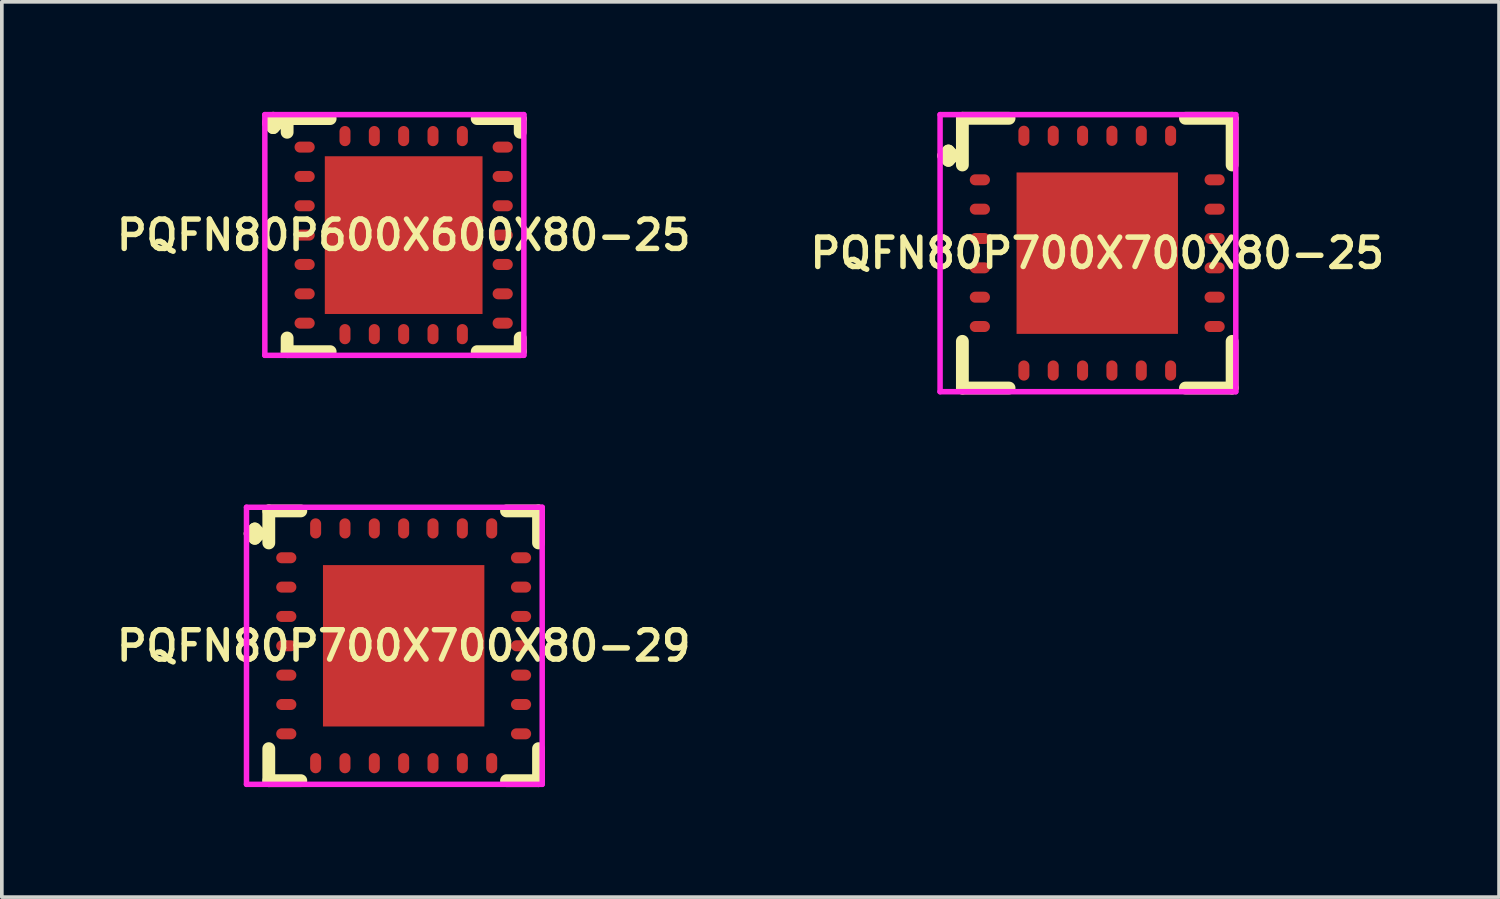
<source format=kicad_pcb>
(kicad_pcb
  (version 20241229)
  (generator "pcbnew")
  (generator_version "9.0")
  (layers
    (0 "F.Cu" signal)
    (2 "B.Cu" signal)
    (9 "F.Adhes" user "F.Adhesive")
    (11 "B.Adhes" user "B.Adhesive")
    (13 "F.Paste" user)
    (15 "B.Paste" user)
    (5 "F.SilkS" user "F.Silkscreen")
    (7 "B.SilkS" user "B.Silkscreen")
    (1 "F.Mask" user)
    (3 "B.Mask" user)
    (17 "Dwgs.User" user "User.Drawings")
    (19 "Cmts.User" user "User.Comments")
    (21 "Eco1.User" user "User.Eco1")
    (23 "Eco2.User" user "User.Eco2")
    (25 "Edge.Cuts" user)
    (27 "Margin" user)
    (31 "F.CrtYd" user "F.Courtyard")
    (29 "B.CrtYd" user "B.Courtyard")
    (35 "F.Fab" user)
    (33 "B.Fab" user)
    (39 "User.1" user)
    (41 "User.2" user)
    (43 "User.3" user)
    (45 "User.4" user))
  (footprint "PQFN80P700X700X80-29"
    (layer "F.Cu")
    (at 7.955 14.556)
    (property "Reference" "PQFN80P700X700X80-29" (at 0 0 0) (layer "F.SilkS") (effects (font (size 0.8 0.8) (thickness 0.15))))
    (attr through_hole)
    (fp_line (start -4.185 -3.058) (end -4.058 -3.185) (stroke (width 0.35) (type solid)) (layer "F.SilkS"))
    (fp_line (start -4.058 -3.185) (end -3.931 -3.058) (stroke (width 0.35) (type solid)) (layer "F.SilkS"))
    (fp_line (start -4.058 -2.931) (end -4.185 -3.058) (stroke (width 0.35) (type solid)) (layer "F.SilkS"))
    (fp_line (start -3.931 -3.058) (end -4.058 -2.931) (stroke (width 0.35) (type solid)) (layer "F.SilkS"))
    (fp_line (start -3.677 -3.677) (end -2.804 -3.677) (stroke (width 0.35) (type solid)) (layer "F.SilkS"))
    (fp_line (start -3.677 -2.804) (end -3.677 -3.677) (stroke (width 0.35) (type solid)) (layer "F.SilkS"))
    (fp_line (start -3.677 2.804) (end -3.677 3.677) (stroke (width 0.35) (type solid)) (layer "F.SilkS"))
    (fp_line (start -3.677 3.677) (end -2.804 3.677) (stroke (width 0.35) (type solid)) (layer "F.SilkS"))
    (fp_line (start 2.804 -3.677) (end 3.677 -3.677) (stroke (width 0.35) (type solid)) (layer "F.SilkS"))
    (fp_line (start 2.804 3.677) (end 3.677 3.677) (stroke (width 0.35) (type solid)) (layer "F.SilkS"))
    (fp_line (start 3.677 -3.677) (end 3.677 -2.804) (stroke (width 0.35) (type solid)) (layer "F.SilkS"))
    (fp_line (start 3.677 3.677) (end 3.677 2.804) (stroke (width 0.35) (type solid)) (layer "F.SilkS"))
    (fp_line (start -4.285 -3.777) (end 3.777 -3.777) (stroke (width 0.15) (type solid)) (layer "F.CrtYd"))
    (fp_line (start -4.285 3.777) (end -4.285 -3.777) (stroke (width 0.15) (type solid)) (layer "F.CrtYd"))
    (fp_line (start 3.777 -3.777) (end 3.777 3.777) (stroke (width 0.15) (type solid)) (layer "F.CrtYd"))
    (fp_line (start 3.777 3.777) (end -4.285 3.777) (stroke (width 0.15) (type solid)) (layer "F.CrtYd"))
    (pad "1" smd oval (at -3.2 -2.4) (size 0.55 0.3) (layers "F.Cu" "F.Mask" "F.Paste"))
    (pad "2" smd oval (at -3.2 -1.6) (size 0.55 0.3) (layers "F.Cu" "F.Mask" "F.Paste"))
    (pad "3" smd oval (at -3.2 -0.8) (size 0.55 0.3) (layers "F.Cu" "F.Mask" "F.Paste"))
    (pad "4" smd oval (at -3.2 0) (size 0.55 0.3) (layers "F.Cu" "F.Mask" "F.Paste"))
    (pad "5" smd oval (at -3.2 0.8) (size 0.55 0.3) (layers "F.Cu" "F.Mask" "F.Paste"))
    (pad "6" smd oval (at -3.2 1.6) (size 0.55 0.3) (layers "F.Cu" "F.Mask" "F.Paste"))
    (pad "7" smd oval (at -3.2 2.4) (size 0.55 0.3) (layers "F.Cu" "F.Mask" "F.Paste"))
    (pad "8" smd oval (at -2.4 3.2) (size 0.3 0.55) (layers "F.Cu" "F.Mask" "F.Paste"))
    (pad "9" smd oval (at -1.6 3.2) (size 0.3 0.55) (layers "F.Cu" "F.Mask" "F.Paste"))
    (pad "10" smd oval (at -0.8 3.2) (size 0.3 0.55) (layers "F.Cu" "F.Mask" "F.Paste"))
    (pad "11" smd oval (at 0 3.2) (size 0.3 0.55) (layers "F.Cu" "F.Mask" "F.Paste"))
    (pad "12" smd oval (at 0.8 3.2) (size 0.3 0.55) (layers "F.Cu" "F.Mask" "F.Paste"))
    (pad "13" smd oval (at 1.6 3.2) (size 0.3 0.55) (layers "F.Cu" "F.Mask" "F.Paste"))
    (pad "14" smd oval (at 2.4 3.2) (size 0.3 0.55) (layers "F.Cu" "F.Mask" "F.Paste"))
    (pad "15" smd oval (at 3.2 2.4) (size 0.55 0.3) (layers "F.Cu" "F.Mask" "F.Paste"))
    (pad "16" smd oval (at 3.2 1.6) (size 0.55 0.3) (layers "F.Cu" "F.Mask" "F.Paste"))
    (pad "17" smd oval (at 3.2 0.8) (size 0.55 0.3) (layers "F.Cu" "F.Mask" "F.Paste"))
    (pad "18" smd oval (at 3.2 0) (size 0.55 0.3) (layers "F.Cu" "F.Mask" "F.Paste"))
    (pad "19" smd oval (at 3.2 -0.8) (size 0.55 0.3) (layers "F.Cu" "F.Mask" "F.Paste"))
    (pad "20" smd oval (at 3.2 -1.6) (size 0.55 0.3) (layers "F.Cu" "F.Mask" "F.Paste"))
    (pad "21" smd oval (at 3.2 -2.4) (size 0.55 0.3) (layers "F.Cu" "F.Mask" "F.Paste"))
    (pad "22" smd oval (at 2.4 -3.2) (size 0.3 0.55) (layers "F.Cu" "F.Mask" "F.Paste"))
    (pad "23" smd oval (at 1.6 -3.2) (size 0.3 0.55) (layers "F.Cu" "F.Mask" "F.Paste"))
    (pad "24" smd oval (at 0.8 -3.2) (size 0.3 0.55) (layers "F.Cu" "F.Mask" "F.Paste"))
    (pad "25" smd oval (at 0 -3.2) (size 0.3 0.55) (layers "F.Cu" "F.Mask" "F.Paste"))
    (pad "26" smd oval (at -0.8 -3.2) (size 0.3 0.55) (layers "F.Cu" "F.Mask" "F.Paste"))
    (pad "27" smd oval (at -1.6 -3.2) (size 0.3 0.55) (layers "F.Cu" "F.Mask" "F.Paste"))
    (pad "28" smd oval (at -2.4 -3.2) (size 0.3 0.55) (layers "F.Cu" "F.Mask" "F.Paste"))
    (pad "29" smd rect (at 0 0) (size 4.4 4.4) (layers "F.Cu" "F.Mask" "F.Paste")))
  (footprint "PQFN80P600X600X80-25"
    (layer "F.Cu")
    (at 7.955 3.36)
    (property "Reference" "PQFN80P600X600X80-25" (at 0 0 0) (layer "F.SilkS") (effects (font (size 0.8 0.8) (thickness 0.15))))
    (attr through_hole)
    (fp_line (start -3.685 -3.058) (end -3.558 -3.185) (stroke (width 0.35) (type solid)) (layer "F.SilkS"))
    (fp_line (start -3.558 -3.185) (end -3.431 -3.058) (stroke (width 0.35) (type solid)) (layer "F.SilkS"))
    (fp_line (start -3.558 -2.931) (end -3.685 -3.058) (stroke (width 0.35) (type solid)) (layer "F.SilkS"))
    (fp_line (start -3.431 -3.058) (end -3.558 -2.931) (stroke (width 0.35) (type solid)) (layer "F.SilkS"))
    (fp_line (start -3.177 -3.177) (end -2.004 -3.177) (stroke (width 0.35) (type solid)) (layer "F.SilkS"))
    (fp_line (start -3.177 -2.804) (end -3.177 -3.177) (stroke (width 0.35) (type solid)) (layer "F.SilkS"))
    (fp_line (start -3.177 2.804) (end -3.177 3.177) (stroke (width 0.35) (type solid)) (layer "F.SilkS"))
    (fp_line (start -3.177 3.177) (end -2.004 3.177) (stroke (width 0.35) (type solid)) (layer "F.SilkS"))
    (fp_line (start 2.004 -3.177) (end 3.177 -3.177) (stroke (width 0.35) (type solid)) (layer "F.SilkS"))
    (fp_line (start 2.004 3.177) (end 3.177 3.177) (stroke (width 0.35) (type solid)) (layer "F.SilkS"))
    (fp_line (start 3.177 -3.177) (end 3.177 -2.804) (stroke (width 0.35) (type solid)) (layer "F.SilkS"))
    (fp_line (start 3.177 3.177) (end 3.177 2.804) (stroke (width 0.35) (type solid)) (layer "F.SilkS"))
    (fp_line (start -3.785 -3.285) (end 3.277 -3.285) (stroke (width 0.15) (type solid)) (layer "F.CrtYd"))
    (fp_line (start -3.785 3.277) (end -3.785 -3.285) (stroke (width 0.15) (type solid)) (layer "F.CrtYd"))
    (fp_line (start 3.277 -3.285) (end 3.277 3.277) (stroke (width 0.15) (type solid)) (layer "F.CrtYd"))
    (fp_line (start 3.277 3.277) (end -3.785 3.277) (stroke (width 0.15) (type solid)) (layer "F.CrtYd"))
    (pad "1" smd oval (at -2.7 -2.4) (size 0.55 0.3) (layers "F.Cu" "F.Mask" "F.Paste"))
    (pad "2" smd oval (at -2.7 -1.6) (size 0.55 0.3) (layers "F.Cu" "F.Mask" "F.Paste"))
    (pad "3" smd oval (at -2.7 -0.8) (size 0.55 0.3) (layers "F.Cu" "F.Mask" "F.Paste"))
    (pad "4" smd oval (at -2.7 0) (size 0.55 0.3) (layers "F.Cu" "F.Mask" "F.Paste"))
    (pad "5" smd oval (at -2.7 0.8) (size 0.55 0.3) (layers "F.Cu" "F.Mask" "F.Paste"))
    (pad "6" smd oval (at -2.7 1.6) (size 0.55 0.3) (layers "F.Cu" "F.Mask" "F.Paste"))
    (pad "7" smd oval (at -2.7 2.4) (size 0.55 0.3) (layers "F.Cu" "F.Mask" "F.Paste"))
    (pad "8" smd oval (at -1.6 2.7) (size 0.3 0.55) (layers "F.Cu" "F.Mask" "F.Paste"))
    (pad "9" smd oval (at -0.8 2.7) (size 0.3 0.55) (layers "F.Cu" "F.Mask" "F.Paste"))
    (pad "10" smd oval (at 0 2.7) (size 0.3 0.55) (layers "F.Cu" "F.Mask" "F.Paste"))
    (pad "11" smd oval (at 0.8 2.7) (size 0.3 0.55) (layers "F.Cu" "F.Mask" "F.Paste"))
    (pad "12" smd oval (at 1.6 2.7) (size 0.3 0.55) (layers "F.Cu" "F.Mask" "F.Paste"))
    (pad "13" smd oval (at 2.7 2.4) (size 0.55 0.3) (layers "F.Cu" "F.Mask" "F.Paste"))
    (pad "14" smd oval (at 2.7 1.6) (size 0.55 0.3) (layers "F.Cu" "F.Mask" "F.Paste"))
    (pad "15" smd oval (at 2.7 0.8) (size 0.55 0.3) (layers "F.Cu" "F.Mask" "F.Paste"))
    (pad "16" smd oval (at 2.7 0) (size 0.55 0.3) (layers "F.Cu" "F.Mask" "F.Paste"))
    (pad "17" smd oval (at 2.7 -0.8) (size 0.55 0.3) (layers "F.Cu" "F.Mask" "F.Paste"))
    (pad "18" smd oval (at 2.7 -1.6) (size 0.55 0.3) (layers "F.Cu" "F.Mask" "F.Paste"))
    (pad "19" smd oval (at 2.7 -2.4) (size 0.55 0.3) (layers "F.Cu" "F.Mask" "F.Paste"))
    (pad "20" smd oval (at 1.6 -2.7) (size 0.3 0.55) (layers "F.Cu" "F.Mask" "F.Paste"))
    (pad "21" smd oval (at 0.8 -2.7) (size 0.3 0.55) (layers "F.Cu" "F.Mask" "F.Paste"))
    (pad "22" smd oval (at 0 -2.7) (size 0.3 0.55) (layers "F.Cu" "F.Mask" "F.Paste"))
    (pad "23" smd oval (at -0.8 -2.7) (size 0.3 0.55) (layers "F.Cu" "F.Mask" "F.Paste"))
    (pad "24" smd oval (at -1.6 -2.7) (size 0.3 0.55) (layers "F.Cu" "F.Mask" "F.Paste"))
    (pad "25" smd rect (at 0 0) (size 4.3 4.3) (layers "F.Cu" "F.Mask" "F.Paste")))
  (footprint "PQFN80P700X700X80-25"
    (layer "F.Cu")
    (at 26.864 3.852)
    (property "Reference" "PQFN80P700X700X80-25" (at 0 0 0) (layer "F.SilkS") (effects (font (size 0.8 0.8) (thickness 0.15))))
    (attr smd)
    (fp_line (start -4.185 -2.658) (end -4.058 -2.785) (stroke (width 0.35) (type solid)) (layer "F.SilkS"))
    (fp_line (start -4.058 -2.785) (end -3.931 -2.658) (stroke (width 0.35) (type solid)) (layer "F.SilkS"))
    (fp_line (start -4.058 -2.531) (end -4.185 -2.658) (stroke (width 0.35) (type solid)) (layer "F.SilkS"))
    (fp_line (start -3.931 -2.658) (end -4.058 -2.531) (stroke (width 0.35) (type solid)) (layer "F.SilkS"))
    (fp_line (start -3.677 -3.677) (end -2.404 -3.677) (stroke (width 0.35) (type solid)) (layer "F.SilkS"))
    (fp_line (start -3.677 -2.404) (end -3.677 -3.677) (stroke (width 0.35) (type solid)) (layer "F.SilkS"))
    (fp_line (start -3.677 2.404) (end -3.677 3.677) (stroke (width 0.35) (type solid)) (layer "F.SilkS"))
    (fp_line (start -3.677 3.677) (end -2.404 3.677) (stroke (width 0.35) (type solid)) (layer "F.SilkS"))
    (fp_line (start 2.404 -3.677) (end 3.677 -3.677) (stroke (width 0.35) (type solid)) (layer "F.SilkS"))
    (fp_line (start 2.404 3.677) (end 3.677 3.677) (stroke (width 0.35) (type solid)) (layer "F.SilkS"))
    (fp_line (start 3.677 -3.677) (end 3.677 -2.404) (stroke (width 0.35) (type solid)) (layer "F.SilkS"))
    (fp_line (start 3.677 3.677) (end 3.677 2.404) (stroke (width 0.35) (type solid)) (layer "F.SilkS"))
    (fp_line (start -4.285 -3.777) (end 3.777 -3.777) (stroke (width 0.15) (type solid)) (layer "F.CrtYd"))
    (fp_line (start -4.285 3.777) (end -4.285 -3.777) (stroke (width 0.15) (type solid)) (layer "F.CrtYd"))
    (fp_line (start 3.777 -3.777) (end 3.777 3.777) (stroke (width 0.15) (type solid)) (layer "F.CrtYd"))
    (fp_line (start 3.777 3.777) (end -4.285 3.777) (stroke (width 0.15) (type solid)) (layer "F.CrtYd"))
    (pad "1" smd oval (at -3.2 -2) (size 0.55 0.3) (layers "F.Cu" "F.Mask" "F.Paste"))
    (pad "2" smd oval (at -3.2 -1.2) (size 0.55 0.3) (layers "F.Cu" "F.Mask" "F.Paste"))
    (pad "3" smd oval (at -3.2 -0.4) (size 0.55 0.3) (layers "F.Cu" "F.Mask" "F.Paste"))
    (pad "4" smd oval (at -3.2 0.4) (size 0.55 0.3) (layers "F.Cu" "F.Mask" "F.Paste"))
    (pad "5" smd oval (at -3.2 1.2) (size 0.55 0.3) (layers "F.Cu" "F.Mask" "F.Paste"))
    (pad "6" smd oval (at -3.2 2) (size 0.55 0.3) (layers "F.Cu" "F.Mask" "F.Paste"))
    (pad "7" smd oval (at -2 3.2) (size 0.3 0.55) (layers "F.Cu" "F.Mask" "F.Paste"))
    (pad "8" smd oval (at -1.2 3.2) (size 0.3 0.55) (layers "F.Cu" "F.Mask" "F.Paste"))
    (pad "9" smd oval (at -0.4 3.2) (size 0.3 0.55) (layers "F.Cu" "F.Mask" "F.Paste"))
    (pad "10" smd oval (at 0.4 3.2) (size 0.3 0.55) (layers "F.Cu" "F.Mask" "F.Paste"))
    (pad "11" smd oval (at 1.2 3.2) (size 0.3 0.55) (layers "F.Cu" "F.Mask" "F.Paste"))
    (pad "12" smd oval (at 2 3.2) (size 0.3 0.55) (layers "F.Cu" "F.Mask" "F.Paste"))
    (pad "13" smd oval (at 3.2 2) (size 0.55 0.3) (layers "F.Cu" "F.Mask" "F.Paste"))
    (pad "14" smd oval (at 3.2 1.2) (size 0.55 0.3) (layers "F.Cu" "F.Mask" "F.Paste"))
    (pad "15" smd oval (at 3.2 0.4) (size 0.55 0.3) (layers "F.Cu" "F.Mask" "F.Paste"))
    (pad "16" smd oval (at 3.2 -0.4) (size 0.55 0.3) (layers "F.Cu" "F.Mask" "F.Paste"))
    (pad "17" smd oval (at 3.2 -1.2) (size 0.55 0.3) (layers "F.Cu" "F.Mask" "F.Paste"))
    (pad "18" smd oval (at 3.2 -2) (size 0.55 0.3) (layers "F.Cu" "F.Mask" "F.Paste"))
    (pad "19" smd oval (at 2 -3.2) (size 0.3 0.55) (layers "F.Cu" "F.Mask" "F.Paste"))
    (pad "20" smd oval (at 1.2 -3.2) (size 0.3 0.55) (layers "F.Cu" "F.Mask" "F.Paste"))
    (pad "21" smd oval (at 0.4 -3.2) (size 0.3 0.55) (layers "F.Cu" "F.Mask" "F.Paste"))
    (pad "22" smd oval (at -0.4 -3.2) (size 0.3 0.55) (layers "F.Cu" "F.Mask" "F.Paste"))
    (pad "23" smd oval (at -1.2 -3.2) (size 0.3 0.55) (layers "F.Cu" "F.Mask" "F.Paste"))
    (pad "24" smd oval (at -2 -3.2) (size 0.3 0.55) (layers "F.Cu" "F.Mask" "F.Paste"))
    (pad "25" smd rect (at 0 0) (size 4.4 4.4) (layers "F.Cu" "F.Mask" "F.Paste")))
  (gr_rect
    (start -3 -3)
    (end 37.818 21.408)
    (stroke (width 0.1) (type default))
    (fill no)
    (layer "Edge.Cuts")))
</source>
